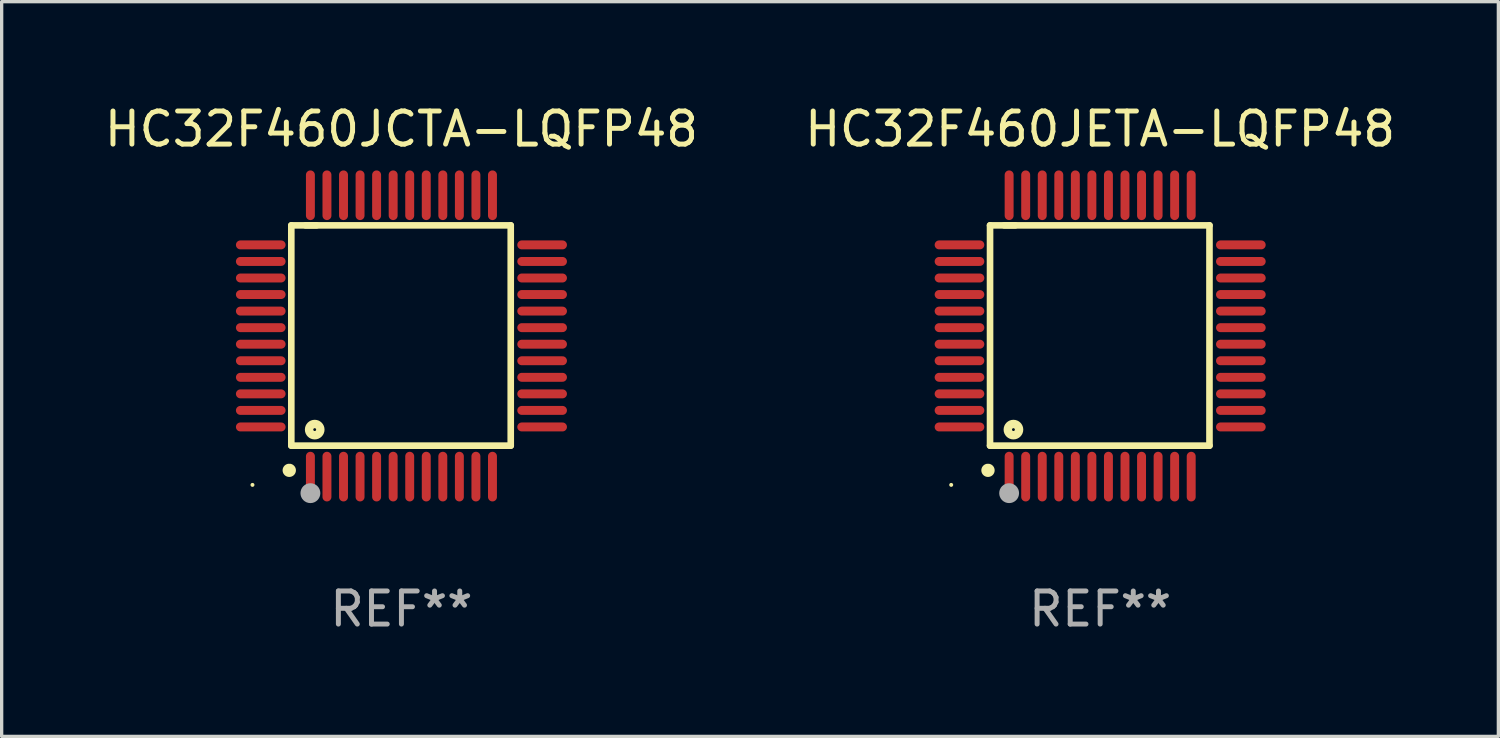
<source format=kicad_pcb>
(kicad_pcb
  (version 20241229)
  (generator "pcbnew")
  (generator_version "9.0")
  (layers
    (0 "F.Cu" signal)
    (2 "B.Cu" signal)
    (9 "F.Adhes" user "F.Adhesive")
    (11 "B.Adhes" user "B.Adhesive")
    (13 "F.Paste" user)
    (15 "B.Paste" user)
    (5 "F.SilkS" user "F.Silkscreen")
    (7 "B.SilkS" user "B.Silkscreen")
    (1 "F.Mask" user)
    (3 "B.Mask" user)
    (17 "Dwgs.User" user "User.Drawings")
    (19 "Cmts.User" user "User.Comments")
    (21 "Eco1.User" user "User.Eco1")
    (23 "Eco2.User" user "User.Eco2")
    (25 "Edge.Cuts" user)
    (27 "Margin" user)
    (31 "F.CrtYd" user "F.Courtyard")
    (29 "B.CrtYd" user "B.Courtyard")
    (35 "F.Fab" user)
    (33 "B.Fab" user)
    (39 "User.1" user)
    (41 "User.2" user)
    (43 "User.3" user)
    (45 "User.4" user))
  (footprint "HC32F460JCTA-LQFP48"
    (layer "F.Cu")
    (at 9.077 7.098)
    (property "Reference" "HC32F460JCTA-LQFP48" (at 0 -6.25 0) (layer "F.SilkS") (effects (font (size 1 1) (thickness 0.15))))
    (attr through_hole)
    (fp_line (start -3.327 -3.34) (end -2.565 -3.34) (stroke (width 0.2) (type solid)) (layer "F.SilkS"))
    (fp_line (start -3.327 3.315) (end -3.327 -3.34) (stroke (width 0.2) (type solid)) (layer "F.SilkS"))
    (fp_line (start -2.896 -3.34) (end 3.302 -3.34) (stroke (width 0.2) (type solid)) (layer "F.SilkS"))
    (fp_line (start 3.302 -3.34) (end 3.302 3.315) (stroke (width 0.2) (type solid)) (layer "F.SilkS"))
    (fp_line (start 3.302 3.315) (end -3.327 3.315) (stroke (width 0.2) (type solid)) (layer "F.SilkS"))
    (fp_arc (start -3.389992 4.059995) (mid -3.388722 4.059991) (end -3.387452 4.059995) (stroke (width 0.4) (type solid)) (layer "F.SilkS"))
    (fp_circle (center -4.5 4.5) (end -4.47 4.5) (stroke (width 0.06) (type solid)) (fill no) (layer "F.SilkS"))
    (fp_circle (center -2.62 2.83) (end -2.45 2.83) (stroke (width 0.254) (type solid)) (fill no) (layer "F.SilkS"))
    (fp_circle (center -2.75 4.75) (end -2.6 4.75) (stroke (width 0.3) (type solid)) (fill no) (layer "F.Fab"))
    (fp_text user "REF**" (at 0 8.25 0) (layer "F.Fab") (effects (font (size 1 1) (thickness 0.15))))
    (pad "1" smd oval (at -2.75 4.25) (size 0.27 1.5) (layers "F.Cu" "F.Mask" "F.Paste"))
    (pad "2" smd oval (at -2.25 4.25) (size 0.27 1.5) (layers "F.Cu" "F.Mask" "F.Paste"))
    (pad "3" smd oval (at -1.75 4.25) (size 0.27 1.5) (layers "F.Cu" "F.Mask" "F.Paste"))
    (pad "4" smd oval (at -1.25 4.25) (size 0.27 1.5) (layers "F.Cu" "F.Mask" "F.Paste"))
    (pad "5" smd oval (at -0.75 4.25) (size 0.27 1.5) (layers "F.Cu" "F.Mask" "F.Paste"))
    (pad "6" smd oval (at -0.25 4.25) (size 0.27 1.5) (layers "F.Cu" "F.Mask" "F.Paste"))
    (pad "7" smd oval (at 0.25 4.25) (size 0.27 1.5) (layers "F.Cu" "F.Mask" "F.Paste"))
    (pad "8" smd oval (at 0.75 4.25) (size 0.27 1.5) (layers "F.Cu" "F.Mask" "F.Paste"))
    (pad "9" smd oval (at 1.25 4.25) (size 0.27 1.5) (layers "F.Cu" "F.Mask" "F.Paste"))
    (pad "10" smd oval (at 1.75 4.25) (size 0.27 1.5) (layers "F.Cu" "F.Mask" "F.Paste"))
    (pad "11" smd oval (at 2.25 4.25) (size 0.27 1.5) (layers "F.Cu" "F.Mask" "F.Paste"))
    (pad "12" smd oval (at 2.75 4.25) (size 0.27 1.5) (layers "F.Cu" "F.Mask" "F.Paste"))
    (pad "13" smd oval (at 4.25 2.75) (size 1.5 0.27) (layers "F.Cu" "F.Mask" "F.Paste"))
    (pad "14" smd oval (at 4.25 2.25) (size 1.5 0.27) (layers "F.Cu" "F.Mask" "F.Paste"))
    (pad "15" smd oval (at 4.25 1.75) (size 1.5 0.27) (layers "F.Cu" "F.Mask" "F.Paste"))
    (pad "16" smd oval (at 4.25 1.25) (size 1.5 0.27) (layers "F.Cu" "F.Mask" "F.Paste"))
    (pad "17" smd oval (at 4.25 0.75) (size 1.5 0.27) (layers "F.Cu" "F.Mask" "F.Paste"))
    (pad "18" smd oval (at 4.25 0.25) (size 1.5 0.27) (layers "F.Cu" "F.Mask" "F.Paste"))
    (pad "19" smd oval (at 4.25 -0.25) (size 1.5 0.27) (layers "F.Cu" "F.Mask" "F.Paste"))
    (pad "20" smd oval (at 4.25 -0.75) (size 1.5 0.27) (layers "F.Cu" "F.Mask" "F.Paste"))
    (pad "21" smd oval (at 4.25 -1.25) (size 1.5 0.27) (layers "F.Cu" "F.Mask" "F.Paste"))
    (pad "22" smd oval (at 4.25 -1.75) (size 1.5 0.27) (layers "F.Cu" "F.Mask" "F.Paste"))
    (pad "23" smd oval (at 4.25 -2.25) (size 1.5 0.27) (layers "F.Cu" "F.Mask" "F.Paste"))
    (pad "24" smd oval (at 4.25 -2.75) (size 1.5 0.27) (layers "F.Cu" "F.Mask" "F.Paste"))
    (pad "25" smd oval (at 2.75 -4.25) (size 0.27 1.5) (layers "F.Cu" "F.Mask" "F.Paste"))
    (pad "26" smd oval (at 2.25 -4.25) (size 0.27 1.5) (layers "F.Cu" "F.Mask" "F.Paste"))
    (pad "27" smd oval (at 1.75 -4.25) (size 0.27 1.5) (layers "F.Cu" "F.Mask" "F.Paste"))
    (pad "28" smd oval (at 1.25 -4.25) (size 0.27 1.5) (layers "F.Cu" "F.Mask" "F.Paste"))
    (pad "29" smd oval (at 0.75 -4.25) (size 0.27 1.5) (layers "F.Cu" "F.Mask" "F.Paste"))
    (pad "30" smd oval (at 0.25 -4.25) (size 0.27 1.5) (layers "F.Cu" "F.Mask" "F.Paste"))
    (pad "31" smd oval (at -0.25 -4.25) (size 0.27 1.5) (layers "F.Cu" "F.Mask" "F.Paste"))
    (pad "32" smd oval (at -0.75 -4.25) (size 0.27 1.5) (layers "F.Cu" "F.Mask" "F.Paste"))
    (pad "33" smd oval (at -1.25 -4.25) (size 0.27 1.5) (layers "F.Cu" "F.Mask" "F.Paste"))
    (pad "34" smd oval (at -1.75 -4.25) (size 0.27 1.5) (layers "F.Cu" "F.Mask" "F.Paste"))
    (pad "35" smd oval (at -2.25 -4.25) (size 0.27 1.5) (layers "F.Cu" "F.Mask" "F.Paste"))
    (pad "36" smd oval (at -2.75 -4.25) (size 0.27 1.5) (layers "F.Cu" "F.Mask" "F.Paste"))
    (pad "37" smd oval (at -4.25 -2.75) (size 1.5 0.27) (layers "F.Cu" "F.Mask" "F.Paste"))
    (pad "38" smd oval (at -4.25 -2.25) (size 1.5 0.27) (layers "F.Cu" "F.Mask" "F.Paste"))
    (pad "39" smd oval (at -4.25 -1.75) (size 1.5 0.27) (layers "F.Cu" "F.Mask" "F.Paste"))
    (pad "40" smd oval (at -4.25 -1.25) (size 1.5 0.27) (layers "F.Cu" "F.Mask" "F.Paste"))
    (pad "41" smd oval (at -4.25 -0.75) (size 1.5 0.27) (layers "F.Cu" "F.Mask" "F.Paste"))
    (pad "42" smd oval (at -4.25 -0.25) (size 1.5 0.27) (layers "F.Cu" "F.Mask" "F.Paste"))
    (pad "43" smd oval (at -4.25 0.25) (size 1.5 0.27) (layers "F.Cu" "F.Mask" "F.Paste"))
    (pad "44" smd oval (at -4.25 0.75) (size 1.5 0.27) (layers "F.Cu" "F.Mask" "F.Paste"))
    (pad "45" smd oval (at -4.25 1.25) (size 1.5 0.27) (layers "F.Cu" "F.Mask" "F.Paste"))
    (pad "46" smd oval (at -4.25 1.75) (size 1.5 0.27) (layers "F.Cu" "F.Mask" "F.Paste"))
    (pad "47" smd oval (at -4.25 2.25) (size 1.5 0.27) (layers "F.Cu" "F.Mask" "F.Paste"))
    (pad "48" smd oval (at -4.25 2.75) (size 1.5 0.27) (layers "F.Cu" "F.Mask" "F.Paste")))
  (footprint "HC32F460JETA-LQFP48"
    (layer "F.Cu")
    (at 30.185 7.098)
    (property "Reference" "HC32F460JETA-LQFP48" (at 0 -6.25 0) (layer "F.SilkS") (effects (font (size 1 1) (thickness 0.15))))
    (attr through_hole)
    (fp_line (start -3.327 -3.34) (end -2.565 -3.34) (stroke (width 0.2) (type solid)) (layer "F.SilkS"))
    (fp_line (start -3.327 3.315) (end -3.327 -3.34) (stroke (width 0.2) (type solid)) (layer "F.SilkS"))
    (fp_line (start -2.896 -3.34) (end 3.302 -3.34) (stroke (width 0.2) (type solid)) (layer "F.SilkS"))
    (fp_line (start 3.302 -3.34) (end 3.302 3.315) (stroke (width 0.2) (type solid)) (layer "F.SilkS"))
    (fp_line (start 3.302 3.315) (end -3.327 3.315) (stroke (width 0.2) (type solid)) (layer "F.SilkS"))
    (fp_arc (start -3.389992 4.059995) (mid -3.388722 4.059991) (end -3.387452 4.059995) (stroke (width 0.4) (type solid)) (layer "F.SilkS"))
    (fp_circle (center -4.5 4.5) (end -4.47 4.5) (stroke (width 0.06) (type solid)) (fill no) (layer "F.SilkS"))
    (fp_circle (center -2.62 2.83) (end -2.45 2.83) (stroke (width 0.254) (type solid)) (fill no) (layer "F.SilkS"))
    (fp_circle (center -2.75 4.75) (end -2.6 4.75) (stroke (width 0.3) (type solid)) (fill no) (layer "F.Fab"))
    (fp_text user "REF**" (at 0 8.25 0) (layer "F.Fab") (effects (font (size 1 1) (thickness 0.15))))
    (pad "1" smd oval (at -2.75 4.25) (size 0.27 1.5) (layers "F.Cu" "F.Mask" "F.Paste"))
    (pad "2" smd oval (at -2.25 4.25) (size 0.27 1.5) (layers "F.Cu" "F.Mask" "F.Paste"))
    (pad "3" smd oval (at -1.75 4.25) (size 0.27 1.5) (layers "F.Cu" "F.Mask" "F.Paste"))
    (pad "4" smd oval (at -1.25 4.25) (size 0.27 1.5) (layers "F.Cu" "F.Mask" "F.Paste"))
    (pad "5" smd oval (at -0.75 4.25) (size 0.27 1.5) (layers "F.Cu" "F.Mask" "F.Paste"))
    (pad "6" smd oval (at -0.25 4.25) (size 0.27 1.5) (layers "F.Cu" "F.Mask" "F.Paste"))
    (pad "7" smd oval (at 0.25 4.25) (size 0.27 1.5) (layers "F.Cu" "F.Mask" "F.Paste"))
    (pad "8" smd oval (at 0.75 4.25) (size 0.27 1.5) (layers "F.Cu" "F.Mask" "F.Paste"))
    (pad "9" smd oval (at 1.25 4.25) (size 0.27 1.5) (layers "F.Cu" "F.Mask" "F.Paste"))
    (pad "10" smd oval (at 1.75 4.25) (size 0.27 1.5) (layers "F.Cu" "F.Mask" "F.Paste"))
    (pad "11" smd oval (at 2.25 4.25) (size 0.27 1.5) (layers "F.Cu" "F.Mask" "F.Paste"))
    (pad "12" smd oval (at 2.75 4.25) (size 0.27 1.5) (layers "F.Cu" "F.Mask" "F.Paste"))
    (pad "13" smd oval (at 4.25 2.75) (size 1.5 0.27) (layers "F.Cu" "F.Mask" "F.Paste"))
    (pad "14" smd oval (at 4.25 2.25) (size 1.5 0.27) (layers "F.Cu" "F.Mask" "F.Paste"))
    (pad "15" smd oval (at 4.25 1.75) (size 1.5 0.27) (layers "F.Cu" "F.Mask" "F.Paste"))
    (pad "16" smd oval (at 4.25 1.25) (size 1.5 0.27) (layers "F.Cu" "F.Mask" "F.Paste"))
    (pad "17" smd oval (at 4.25 0.75) (size 1.5 0.27) (layers "F.Cu" "F.Mask" "F.Paste"))
    (pad "18" smd oval (at 4.25 0.25) (size 1.5 0.27) (layers "F.Cu" "F.Mask" "F.Paste"))
    (pad "19" smd oval (at 4.25 -0.25) (size 1.5 0.27) (layers "F.Cu" "F.Mask" "F.Paste"))
    (pad "20" smd oval (at 4.25 -0.75) (size 1.5 0.27) (layers "F.Cu" "F.Mask" "F.Paste"))
    (pad "21" smd oval (at 4.25 -1.25) (size 1.5 0.27) (layers "F.Cu" "F.Mask" "F.Paste"))
    (pad "22" smd oval (at 4.25 -1.75) (size 1.5 0.27) (layers "F.Cu" "F.Mask" "F.Paste"))
    (pad "23" smd oval (at 4.25 -2.25) (size 1.5 0.27) (layers "F.Cu" "F.Mask" "F.Paste"))
    (pad "24" smd oval (at 4.25 -2.75) (size 1.5 0.27) (layers "F.Cu" "F.Mask" "F.Paste"))
    (pad "25" smd oval (at 2.75 -4.25) (size 0.27 1.5) (layers "F.Cu" "F.Mask" "F.Paste"))
    (pad "26" smd oval (at 2.25 -4.25) (size 0.27 1.5) (layers "F.Cu" "F.Mask" "F.Paste"))
    (pad "27" smd oval (at 1.75 -4.25) (size 0.27 1.5) (layers "F.Cu" "F.Mask" "F.Paste"))
    (pad "28" smd oval (at 1.25 -4.25) (size 0.27 1.5) (layers "F.Cu" "F.Mask" "F.Paste"))
    (pad "29" smd oval (at 0.75 -4.25) (size 0.27 1.5) (layers "F.Cu" "F.Mask" "F.Paste"))
    (pad "30" smd oval (at 0.25 -4.25) (size 0.27 1.5) (layers "F.Cu" "F.Mask" "F.Paste"))
    (pad "31" smd oval (at -0.25 -4.25) (size 0.27 1.5) (layers "F.Cu" "F.Mask" "F.Paste"))
    (pad "32" smd oval (at -0.75 -4.25) (size 0.27 1.5) (layers "F.Cu" "F.Mask" "F.Paste"))
    (pad "33" smd oval (at -1.25 -4.25) (size 0.27 1.5) (layers "F.Cu" "F.Mask" "F.Paste"))
    (pad "34" smd oval (at -1.75 -4.25) (size 0.27 1.5) (layers "F.Cu" "F.Mask" "F.Paste"))
    (pad "35" smd oval (at -2.25 -4.25) (size 0.27 1.5) (layers "F.Cu" "F.Mask" "F.Paste"))
    (pad "36" smd oval (at -2.75 -4.25) (size 0.27 1.5) (layers "F.Cu" "F.Mask" "F.Paste"))
    (pad "37" smd oval (at -4.25 -2.75) (size 1.5 0.27) (layers "F.Cu" "F.Mask" "F.Paste"))
    (pad "38" smd oval (at -4.25 -2.25) (size 1.5 0.27) (layers "F.Cu" "F.Mask" "F.Paste"))
    (pad "39" smd oval (at -4.25 -1.75) (size 1.5 0.27) (layers "F.Cu" "F.Mask" "F.Paste"))
    (pad "40" smd oval (at -4.25 -1.25) (size 1.5 0.27) (layers "F.Cu" "F.Mask" "F.Paste"))
    (pad "41" smd oval (at -4.25 -0.75) (size 1.5 0.27) (layers "F.Cu" "F.Mask" "F.Paste"))
    (pad "42" smd oval (at -4.25 -0.25) (size 1.5 0.27) (layers "F.Cu" "F.Mask" "F.Paste"))
    (pad "43" smd oval (at -4.25 0.25) (size 1.5 0.27) (layers "F.Cu" "F.Mask" "F.Paste"))
    (pad "44" smd oval (at -4.25 0.75) (size 1.5 0.27) (layers "F.Cu" "F.Mask" "F.Paste"))
    (pad "45" smd oval (at -4.25 1.25) (size 1.5 0.27) (layers "F.Cu" "F.Mask" "F.Paste"))
    (pad "46" smd oval (at -4.25 1.75) (size 1.5 0.27) (layers "F.Cu" "F.Mask" "F.Paste"))
    (pad "47" smd oval (at -4.25 2.25) (size 1.5 0.27) (layers "F.Cu" "F.Mask" "F.Paste"))
    (pad "48" smd oval (at -4.25 2.75) (size 1.5 0.27) (layers "F.Cu" "F.Mask" "F.Paste")))
  (gr_rect
    (start -3 -3)
    (end 42.214 19.196)
    (stroke (width 0.1) (type default))
    (fill no)
    (layer "Edge.Cuts")))
</source>
